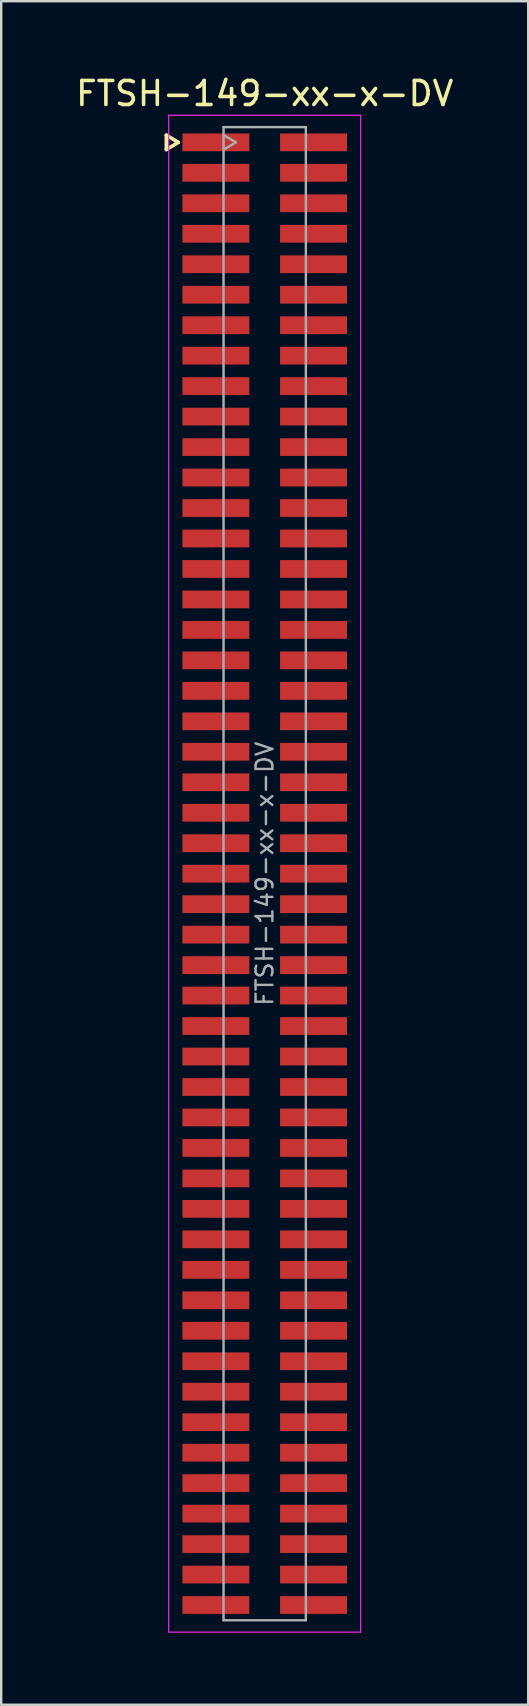
<source format=kicad_pcb>
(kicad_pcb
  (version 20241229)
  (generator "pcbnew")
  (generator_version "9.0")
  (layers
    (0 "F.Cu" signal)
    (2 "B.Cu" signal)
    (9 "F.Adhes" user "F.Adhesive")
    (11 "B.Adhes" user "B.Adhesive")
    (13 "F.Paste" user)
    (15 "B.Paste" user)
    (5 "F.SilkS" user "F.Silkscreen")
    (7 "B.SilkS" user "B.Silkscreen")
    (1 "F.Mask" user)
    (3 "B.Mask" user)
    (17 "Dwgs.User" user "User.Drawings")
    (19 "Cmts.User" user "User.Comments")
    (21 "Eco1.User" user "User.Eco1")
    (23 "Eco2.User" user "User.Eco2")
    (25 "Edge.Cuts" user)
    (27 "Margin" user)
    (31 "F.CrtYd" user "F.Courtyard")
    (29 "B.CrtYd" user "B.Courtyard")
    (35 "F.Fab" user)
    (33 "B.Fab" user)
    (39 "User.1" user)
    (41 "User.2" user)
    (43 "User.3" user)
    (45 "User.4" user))
  (footprint "FTSH-149-xx-x-DV"
    (layer "F.Cu")
    (at 7.982 33.363)
    (property "Reference" "FTSH-149-xx-x-DV" (at 0 -32.515 0) (layer "F.SilkS") (effects (font (size 1 1) (thickness 0.15))))
    (attr smd)
    (fp_line (start -4.1 -30.78) (end -4.1 -30.18) (stroke (width 0.15) (type solid)) (layer "F.SilkS"))
    (fp_line (start -4.1 -30.18) (end -3.6 -30.48) (stroke (width 0.15) (type solid)) (layer "F.SilkS"))
    (fp_line (start -3.6 -30.48) (end -4.1 -30.78) (stroke (width 0.15) (type solid)) (layer "F.SilkS"))
    (fp_line (start -4 -31.61) (end 4 -31.61) (stroke (width 0.05) (type solid)) (layer "F.CrtYd"))
    (fp_line (start -4 31.61) (end -4 -31.61) (stroke (width 0.05) (type solid)) (layer "F.CrtYd"))
    (fp_line (start 4 -31.61) (end 4 31.61) (stroke (width 0.05) (type solid)) (layer "F.CrtYd"))
    (fp_line (start 4 31.61) (end -4 31.61) (stroke (width 0.05) (type solid)) (layer "F.CrtYd"))
    (fp_line (start -1.715 -31.115) (end -1.715 31.115) (stroke (width 0.1) (type solid)) (layer "F.Fab"))
    (fp_line (start -1.715 -31.115) (end 1.715 -31.115) (stroke (width 0.1) (type solid)) (layer "F.Fab"))
    (fp_line (start -1.715 31.115) (end 1.715 31.115) (stroke (width 0.1) (type solid)) (layer "F.Fab"))
    (fp_line (start -1.7 -30.18) (end -1.2 -30.48) (stroke (width 0.1) (type solid)) (layer "F.Fab"))
    (fp_line (start -1.2 -30.48) (end -1.7 -30.78) (stroke (width 0.1) (type solid)) (layer "F.Fab"))
    (fp_line (start 1.715 -31.115) (end 1.715 31.115) (stroke (width 0.1) (type solid)) (layer "F.Fab"))
    (fp_text user "${REFERENCE}" (at 0 0 270) (layer "F.Fab") (effects (font (size 0.7 0.7) (thickness 0.1))))
    (pad "1" smd rect (at -2.035 -30.48) (size 2.79 0.74) (layers "F.Cu" "F.Mask" "F.Paste"))
    (pad "2" smd rect (at 2.035 -30.48) (size 2.79 0.74) (layers "F.Cu" "F.Mask" "F.Paste"))
    (pad "3" smd rect (at -2.035 -29.21) (size 2.79 0.74) (layers "F.Cu" "F.Mask" "F.Paste"))
    (pad "4" smd rect (at 2.035 -29.21) (size 2.79 0.74) (layers "F.Cu" "F.Mask" "F.Paste"))
    (pad "5" smd rect (at -2.035 -27.94) (size 2.79 0.74) (layers "F.Cu" "F.Mask" "F.Paste"))
    (pad "6" smd rect (at 2.035 -27.94) (size 2.79 0.74) (layers "F.Cu" "F.Mask" "F.Paste"))
    (pad "7" smd rect (at -2.035 -26.67) (size 2.79 0.74) (layers "F.Cu" "F.Mask" "F.Paste"))
    (pad "8" smd rect (at 2.035 -26.67) (size 2.79 0.74) (layers "F.Cu" "F.Mask" "F.Paste"))
    (pad "9" smd rect (at -2.035 -25.4) (size 2.79 0.74) (layers "F.Cu" "F.Mask" "F.Paste"))
    (pad "10" smd rect (at 2.035 -25.4) (size 2.79 0.74) (layers "F.Cu" "F.Mask" "F.Paste"))
    (pad "11" smd rect (at -2.035 -24.13) (size 2.79 0.74) (layers "F.Cu" "F.Mask" "F.Paste"))
    (pad "12" smd rect (at 2.035 -24.13) (size 2.79 0.74) (layers "F.Cu" "F.Mask" "F.Paste"))
    (pad "13" smd rect (at -2.035 -22.86) (size 2.79 0.74) (layers "F.Cu" "F.Mask" "F.Paste"))
    (pad "14" smd rect (at 2.035 -22.86) (size 2.79 0.74) (layers "F.Cu" "F.Mask" "F.Paste"))
    (pad "15" smd rect (at -2.035 -21.59) (size 2.79 0.74) (layers "F.Cu" "F.Mask" "F.Paste"))
    (pad "16" smd rect (at 2.035 -21.59) (size 2.79 0.74) (layers "F.Cu" "F.Mask" "F.Paste"))
    (pad "17" smd rect (at -2.035 -20.32) (size 2.79 0.74) (layers "F.Cu" "F.Mask" "F.Paste"))
    (pad "18" smd rect (at 2.035 -20.32) (size 2.79 0.74) (layers "F.Cu" "F.Mask" "F.Paste"))
    (pad "19" smd rect (at -2.035 -19.05) (size 2.79 0.74) (layers "F.Cu" "F.Mask" "F.Paste"))
    (pad "20" smd rect (at 2.035 -19.05) (size 2.79 0.74) (layers "F.Cu" "F.Mask" "F.Paste"))
    (pad "21" smd rect (at -2.035 -17.78) (size 2.79 0.74) (layers "F.Cu" "F.Mask" "F.Paste"))
    (pad "22" smd rect (at 2.035 -17.78) (size 2.79 0.74) (layers "F.Cu" "F.Mask" "F.Paste"))
    (pad "23" smd rect (at -2.035 -16.51) (size 2.79 0.74) (layers "F.Cu" "F.Mask" "F.Paste"))
    (pad "24" smd rect (at 2.035 -16.51) (size 2.79 0.74) (layers "F.Cu" "F.Mask" "F.Paste"))
    (pad "25" smd rect (at -2.035 -15.24) (size 2.79 0.74) (layers "F.Cu" "F.Mask" "F.Paste"))
    (pad "26" smd rect (at 2.035 -15.24) (size 2.79 0.74) (layers "F.Cu" "F.Mask" "F.Paste"))
    (pad "27" smd rect (at -2.035 -13.97) (size 2.79 0.74) (layers "F.Cu" "F.Mask" "F.Paste"))
    (pad "28" smd rect (at 2.035 -13.97) (size 2.79 0.74) (layers "F.Cu" "F.Mask" "F.Paste"))
    (pad "29" smd rect (at -2.035 -12.7) (size 2.79 0.74) (layers "F.Cu" "F.Mask" "F.Paste"))
    (pad "30" smd rect (at 2.035 -12.7) (size 2.79 0.74) (layers "F.Cu" "F.Mask" "F.Paste"))
    (pad "31" smd rect (at -2.035 -11.43) (size 2.79 0.74) (layers "F.Cu" "F.Mask" "F.Paste"))
    (pad "32" smd rect (at 2.035 -11.43) (size 2.79 0.74) (layers "F.Cu" "F.Mask" "F.Paste"))
    (pad "33" smd rect (at -2.035 -10.16) (size 2.79 0.74) (layers "F.Cu" "F.Mask" "F.Paste"))
    (pad "34" smd rect (at 2.035 -10.16) (size 2.79 0.74) (layers "F.Cu" "F.Mask" "F.Paste"))
    (pad "35" smd rect (at -2.035 -8.89) (size 2.79 0.74) (layers "F.Cu" "F.Mask" "F.Paste"))
    (pad "36" smd rect (at 2.035 -8.89) (size 2.79 0.74) (layers "F.Cu" "F.Mask" "F.Paste"))
    (pad "37" smd rect (at -2.035 -7.62) (size 2.79 0.74) (layers "F.Cu" "F.Mask" "F.Paste"))
    (pad "38" smd rect (at 2.035 -7.62) (size 2.79 0.74) (layers "F.Cu" "F.Mask" "F.Paste"))
    (pad "39" smd rect (at -2.035 -6.35) (size 2.79 0.74) (layers "F.Cu" "F.Mask" "F.Paste"))
    (pad "40" smd rect (at 2.035 -6.35) (size 2.79 0.74) (layers "F.Cu" "F.Mask" "F.Paste"))
    (pad "41" smd rect (at -2.035 -5.08) (size 2.79 0.74) (layers "F.Cu" "F.Mask" "F.Paste"))
    (pad "42" smd rect (at 2.035 -5.08) (size 2.79 0.74) (layers "F.Cu" "F.Mask" "F.Paste"))
    (pad "43" smd rect (at -2.035 -3.81) (size 2.79 0.74) (layers "F.Cu" "F.Mask" "F.Paste"))
    (pad "44" smd rect (at 2.035 -3.81) (size 2.79 0.74) (layers "F.Cu" "F.Mask" "F.Paste"))
    (pad "45" smd rect (at -2.035 -2.54) (size 2.79 0.74) (layers "F.Cu" "F.Mask" "F.Paste"))
    (pad "46" smd rect (at 2.035 -2.54) (size 2.79 0.74) (layers "F.Cu" "F.Mask" "F.Paste"))
    (pad "47" smd rect (at -2.035 -1.27) (size 2.79 0.74) (layers "F.Cu" "F.Mask" "F.Paste"))
    (pad "48" smd rect (at 2.035 -1.27) (size 2.79 0.74) (layers "F.Cu" "F.Mask" "F.Paste"))
    (pad "49" smd rect (at -2.035 0) (size 2.79 0.74) (layers "F.Cu" "F.Mask" "F.Paste"))
    (pad "50" smd rect (at 2.035 0) (size 2.79 0.74) (layers "F.Cu" "F.Mask" "F.Paste"))
    (pad "51" smd rect (at -2.035 1.27) (size 2.79 0.74) (layers "F.Cu" "F.Mask" "F.Paste"))
    (pad "52" smd rect (at 2.035 1.27) (size 2.79 0.74) (layers "F.Cu" "F.Mask" "F.Paste"))
    (pad "53" smd rect (at -2.035 2.54) (size 2.79 0.74) (layers "F.Cu" "F.Mask" "F.Paste"))
    (pad "54" smd rect (at 2.035 2.54) (size 2.79 0.74) (layers "F.Cu" "F.Mask" "F.Paste"))
    (pad "55" smd rect (at -2.035 3.81) (size 2.79 0.74) (layers "F.Cu" "F.Mask" "F.Paste"))
    (pad "56" smd rect (at 2.035 3.81) (size 2.79 0.74) (layers "F.Cu" "F.Mask" "F.Paste"))
    (pad "57" smd rect (at -2.035 5.08) (size 2.79 0.74) (layers "F.Cu" "F.Mask" "F.Paste"))
    (pad "58" smd rect (at 2.035 5.08) (size 2.79 0.74) (layers "F.Cu" "F.Mask" "F.Paste"))
    (pad "59" smd rect (at -2.035 6.35) (size 2.79 0.74) (layers "F.Cu" "F.Mask" "F.Paste"))
    (pad "60" smd rect (at 2.035 6.35) (size 2.79 0.74) (layers "F.Cu" "F.Mask" "F.Paste"))
    (pad "61" smd rect (at -2.035 7.62) (size 2.79 0.74) (layers "F.Cu" "F.Mask" "F.Paste"))
    (pad "62" smd rect (at 2.035 7.62) (size 2.79 0.74) (layers "F.Cu" "F.Mask" "F.Paste"))
    (pad "63" smd rect (at -2.035 8.89) (size 2.79 0.74) (layers "F.Cu" "F.Mask" "F.Paste"))
    (pad "64" smd rect (at 2.035 8.89) (size 2.79 0.74) (layers "F.Cu" "F.Mask" "F.Paste"))
    (pad "65" smd rect (at -2.035 10.16) (size 2.79 0.74) (layers "F.Cu" "F.Mask" "F.Paste"))
    (pad "66" smd rect (at 2.035 10.16) (size 2.79 0.74) (layers "F.Cu" "F.Mask" "F.Paste"))
    (pad "67" smd rect (at -2.035 11.43) (size 2.79 0.74) (layers "F.Cu" "F.Mask" "F.Paste"))
    (pad "68" smd rect (at 2.035 11.43) (size 2.79 0.74) (layers "F.Cu" "F.Mask" "F.Paste"))
    (pad "69" smd rect (at -2.035 12.7) (size 2.79 0.74) (layers "F.Cu" "F.Mask" "F.Paste"))
    (pad "70" smd rect (at 2.035 12.7) (size 2.79 0.74) (layers "F.Cu" "F.Mask" "F.Paste"))
    (pad "71" smd rect (at -2.035 13.97) (size 2.79 0.74) (layers "F.Cu" "F.Mask" "F.Paste"))
    (pad "72" smd rect (at 2.035 13.97) (size 2.79 0.74) (layers "F.Cu" "F.Mask" "F.Paste"))
    (pad "73" smd rect (at -2.035 15.24) (size 2.79 0.74) (layers "F.Cu" "F.Mask" "F.Paste"))
    (pad "74" smd rect (at 2.035 15.24) (size 2.79 0.74) (layers "F.Cu" "F.Mask" "F.Paste"))
    (pad "75" smd rect (at -2.035 16.51) (size 2.79 0.74) (layers "F.Cu" "F.Mask" "F.Paste"))
    (pad "76" smd rect (at 2.035 16.51) (size 2.79 0.74) (layers "F.Cu" "F.Mask" "F.Paste"))
    (pad "77" smd rect (at -2.035 17.78) (size 2.79 0.74) (layers "F.Cu" "F.Mask" "F.Paste"))
    (pad "78" smd rect (at 2.035 17.78) (size 2.79 0.74) (layers "F.Cu" "F.Mask" "F.Paste"))
    (pad "79" smd rect (at -2.035 19.05) (size 2.79 0.74) (layers "F.Cu" "F.Mask" "F.Paste"))
    (pad "80" smd rect (at 2.035 19.05) (size 2.79 0.74) (layers "F.Cu" "F.Mask" "F.Paste"))
    (pad "81" smd rect (at -2.035 20.32) (size 2.79 0.74) (layers "F.Cu" "F.Mask" "F.Paste"))
    (pad "82" smd rect (at 2.035 20.32) (size 2.79 0.74) (layers "F.Cu" "F.Mask" "F.Paste"))
    (pad "83" smd rect (at -2.035 21.59) (size 2.79 0.74) (layers "F.Cu" "F.Mask" "F.Paste"))
    (pad "84" smd rect (at 2.035 21.59) (size 2.79 0.74) (layers "F.Cu" "F.Mask" "F.Paste"))
    (pad "85" smd rect (at -2.035 22.86) (size 2.79 0.74) (layers "F.Cu" "F.Mask" "F.Paste"))
    (pad "86" smd rect (at 2.035 22.86) (size 2.79 0.74) (layers "F.Cu" "F.Mask" "F.Paste"))
    (pad "87" smd rect (at -2.035 24.13) (size 2.79 0.74) (layers "F.Cu" "F.Mask" "F.Paste"))
    (pad "88" smd rect (at 2.035 24.13) (size 2.79 0.74) (layers "F.Cu" "F.Mask" "F.Paste"))
    (pad "89" smd rect (at -2.035 25.4) (size 2.79 0.74) (layers "F.Cu" "F.Mask" "F.Paste"))
    (pad "90" smd rect (at 2.035 25.4) (size 2.79 0.74) (layers "F.Cu" "F.Mask" "F.Paste"))
    (pad "91" smd rect (at -2.035 26.67) (size 2.79 0.74) (layers "F.Cu" "F.Mask" "F.Paste"))
    (pad "92" smd rect (at 2.035 26.67) (size 2.79 0.74) (layers "F.Cu" "F.Mask" "F.Paste"))
    (pad "93" smd rect (at -2.035 27.94) (size 2.79 0.74) (layers "F.Cu" "F.Mask" "F.Paste"))
    (pad "94" smd rect (at 2.035 27.94) (size 2.79 0.74) (layers "F.Cu" "F.Mask" "F.Paste"))
    (pad "95" smd rect (at -2.035 29.21) (size 2.79 0.74) (layers "F.Cu" "F.Mask" "F.Paste"))
    (pad "96" smd rect (at 2.035 29.21) (size 2.79 0.74) (layers "F.Cu" "F.Mask" "F.Paste"))
    (pad "97" smd rect (at -2.035 30.48) (size 2.79 0.74) (layers "F.Cu" "F.Mask" "F.Paste"))
    (pad "98" smd rect (at 2.035 30.48) (size 2.79 0.74) (layers "F.Cu" "F.Mask" "F.Paste")))
  (gr_rect
    (start -3 -3)
    (end 18.964 67.998)
    (stroke (width 0.1) (type default))
    (fill no)
    (layer "Edge.Cuts")))
</source>
